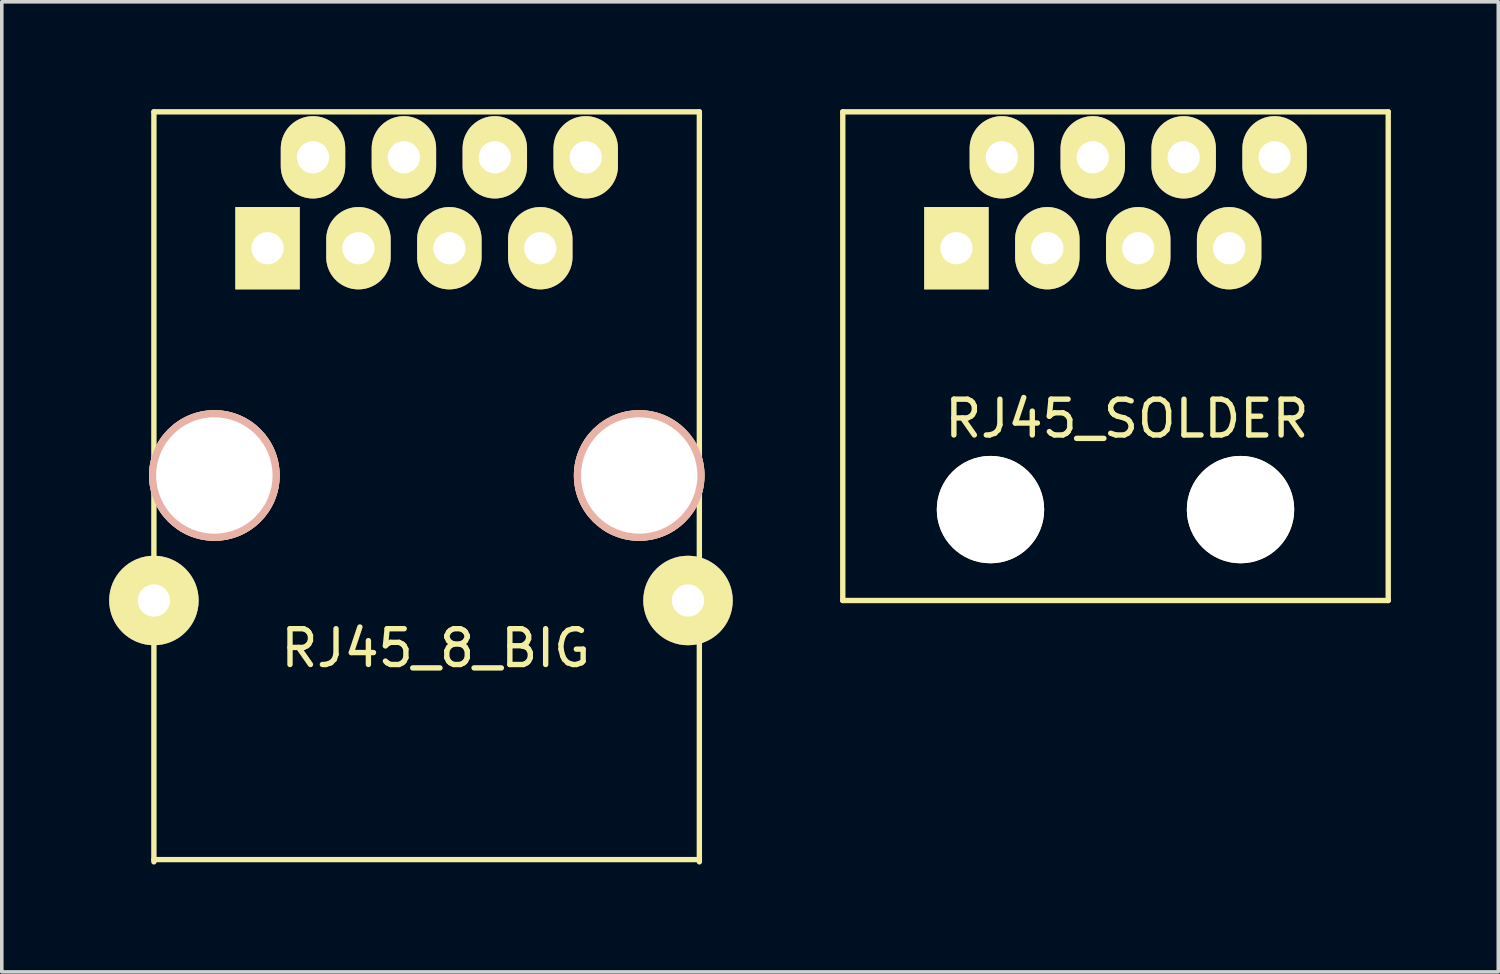
<source format=kicad_pcb>
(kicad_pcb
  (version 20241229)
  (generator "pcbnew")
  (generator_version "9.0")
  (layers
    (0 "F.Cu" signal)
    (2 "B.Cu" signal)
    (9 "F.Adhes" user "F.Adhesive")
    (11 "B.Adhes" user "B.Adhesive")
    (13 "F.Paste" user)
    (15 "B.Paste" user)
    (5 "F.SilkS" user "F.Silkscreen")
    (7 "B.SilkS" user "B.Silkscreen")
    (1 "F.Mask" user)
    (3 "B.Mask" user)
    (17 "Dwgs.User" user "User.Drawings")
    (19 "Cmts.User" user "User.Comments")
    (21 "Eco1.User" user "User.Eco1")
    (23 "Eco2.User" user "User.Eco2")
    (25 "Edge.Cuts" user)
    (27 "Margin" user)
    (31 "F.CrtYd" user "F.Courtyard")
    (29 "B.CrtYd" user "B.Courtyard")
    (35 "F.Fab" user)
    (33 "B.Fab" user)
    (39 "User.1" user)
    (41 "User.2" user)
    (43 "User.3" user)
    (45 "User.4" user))
  (footprint "RJ45_8_BIG"
    (layer "F.Cu")
    (at 8.87 10.235)
    (property "Reference" "RJ45_8_BIG" (at 0.254 4.826 0) (layer "F.SilkS") (effects (font (size 1 1) (thickness 0.15))))
    (attr through_hole)
    (fp_line (start -7.62 -10.16) (end -7.62 10.795) (stroke (width 0.15) (type solid)) (layer "F.SilkS"))
    (fp_line (start -7.62 10.732) (end 7.62 10.732) (stroke (width 0.15) (type solid)) (layer "F.SilkS"))
    (fp_line (start 7.62 -10.16) (end -7.62 -10.16) (stroke (width 0.15) (type solid)) (layer "F.SilkS"))
    (fp_line (start 7.62 -10.16) (end 7.62 10.795) (stroke (width 0.15) (type solid)) (layer "F.SilkS"))
    (pad "" np_thru_hole circle (at -5.931 0) (size 3.65 3.65) (drill 3.251) (layers "*.Cu" "*.SilkS" "*.Mask"))
    (pad "" np_thru_hole circle (at 5.939 0) (size 3.65 3.65) (drill 3.251) (layers "*.Cu" "*.SilkS" "*.Mask"))
    (pad "1" thru_hole rect (at -4.445 -6.35) (size 1.8 2.3) (drill 0.899) (layers "*.Cu" "*.Mask" "F.SilkS"))
    (pad "2" thru_hole oval (at -3.175 -8.89) (size 1.8 2.3) (drill 0.899) (layers "*.Cu" "*.Mask" "F.SilkS"))
    (pad "3" thru_hole oval (at -1.905 -6.35) (size 1.8 2.3) (drill 0.899) (layers "*.Cu" "*.Mask" "F.SilkS"))
    (pad "4" thru_hole oval (at -0.635 -8.89) (size 1.8 2.3) (drill 0.899) (layers "*.Cu" "*.Mask" "F.SilkS"))
    (pad "5" thru_hole oval (at 0.635 -6.35) (size 1.8 2.3) (drill 0.899) (layers "*.Cu" "*.Mask" "F.SilkS"))
    (pad "6" thru_hole oval (at 1.905 -8.89) (size 1.8 2.3) (drill 0.899) (layers "*.Cu" "*.Mask" "F.SilkS"))
    (pad "7" thru_hole oval (at 3.175 -6.35) (size 1.8 2.3) (drill 0.899) (layers "*.Cu" "*.Mask" "F.SilkS"))
    (pad "8" thru_hole oval (at 4.445 -8.89) (size 1.8 2.3) (drill 0.899) (layers "*.Cu" "*.Mask" "F.SilkS"))
    (pad "9" thru_hole circle (at -7.62 3.493) (size 2.5 2.5) (drill 0.899) (layers "*.Cu" "*.Mask" "F.SilkS"))
    (pad "9" thru_hole circle (at 7.303 3.493) (size 2.5 2.5) (drill 0.899) (layers "*.Cu" "*.Mask" "F.SilkS")))
  (footprint "RJ45_SOLDER"
    (layer "F.Cu")
    (at 28.117 10.235)
    (property "Reference" "RJ45_SOLDER" (at 0.318 -1.587 0) (layer "F.SilkS") (effects (font (size 1 1) (thickness 0.15))))
    (attr through_hole)
    (fp_line (start -7.62 3.493) (end -7.62 -10.16) (stroke (width 0.15) (type solid)) (layer "F.SilkS"))
    (fp_line (start 7.62 -10.16) (end -7.62 -10.16) (stroke (width 0.15) (type solid)) (layer "F.SilkS"))
    (fp_line (start 7.62 -10.16) (end 7.62 3.493) (stroke (width 0.15) (type solid)) (layer "F.SilkS"))
    (fp_line (start 7.62 3.493) (end -7.62 3.493) (stroke (width 0.15) (type solid)) (layer "F.SilkS"))
    (pad "" np_thru_hole oval (at -3.493 0.953) (size 3 3) (drill 3) (layers "*.Cu" "*.Mask" "F.SilkS"))
    (pad "" np_thru_hole oval (at 3.493 0.953) (size 3 3) (drill 3) (layers "*.Cu" "*.Mask" "F.SilkS"))
    (pad "1" thru_hole rect (at -4.445 -6.35) (size 1.8 2.3) (drill 0.899) (layers "*.Cu" "*.Mask" "F.SilkS"))
    (pad "2" thru_hole oval (at -3.175 -8.89) (size 1.8 2.3) (drill 0.899) (layers "*.Cu" "*.Mask" "F.SilkS"))
    (pad "3" thru_hole oval (at -1.905 -6.35) (size 1.8 2.3) (drill 0.899) (layers "*.Cu" "*.Mask" "F.SilkS"))
    (pad "4" thru_hole oval (at -0.635 -8.89) (size 1.8 2.3) (drill 0.899) (layers "*.Cu" "*.Mask" "F.SilkS"))
    (pad "5" thru_hole oval (at 0.635 -6.35) (size 1.8 2.3) (drill 0.899) (layers "*.Cu" "*.Mask" "F.SilkS"))
    (pad "6" thru_hole oval (at 1.905 -8.89) (size 1.8 2.3) (drill 0.899) (layers "*.Cu" "*.Mask" "F.SilkS"))
    (pad "7" thru_hole oval (at 3.175 -6.35) (size 1.8 2.3) (drill 0.899) (layers "*.Cu" "*.Mask" "F.SilkS"))
    (pad "8" thru_hole oval (at 4.445 -8.89) (size 1.8 2.3) (drill 0.899) (layers "*.Cu" "*.Mask" "F.SilkS")))
  (gr_rect
    (start -3 -3)
    (end 38.812 24.105)
    (stroke (width 0.1) (type default))
    (fill no)
    (layer "Edge.Cuts")))
</source>
